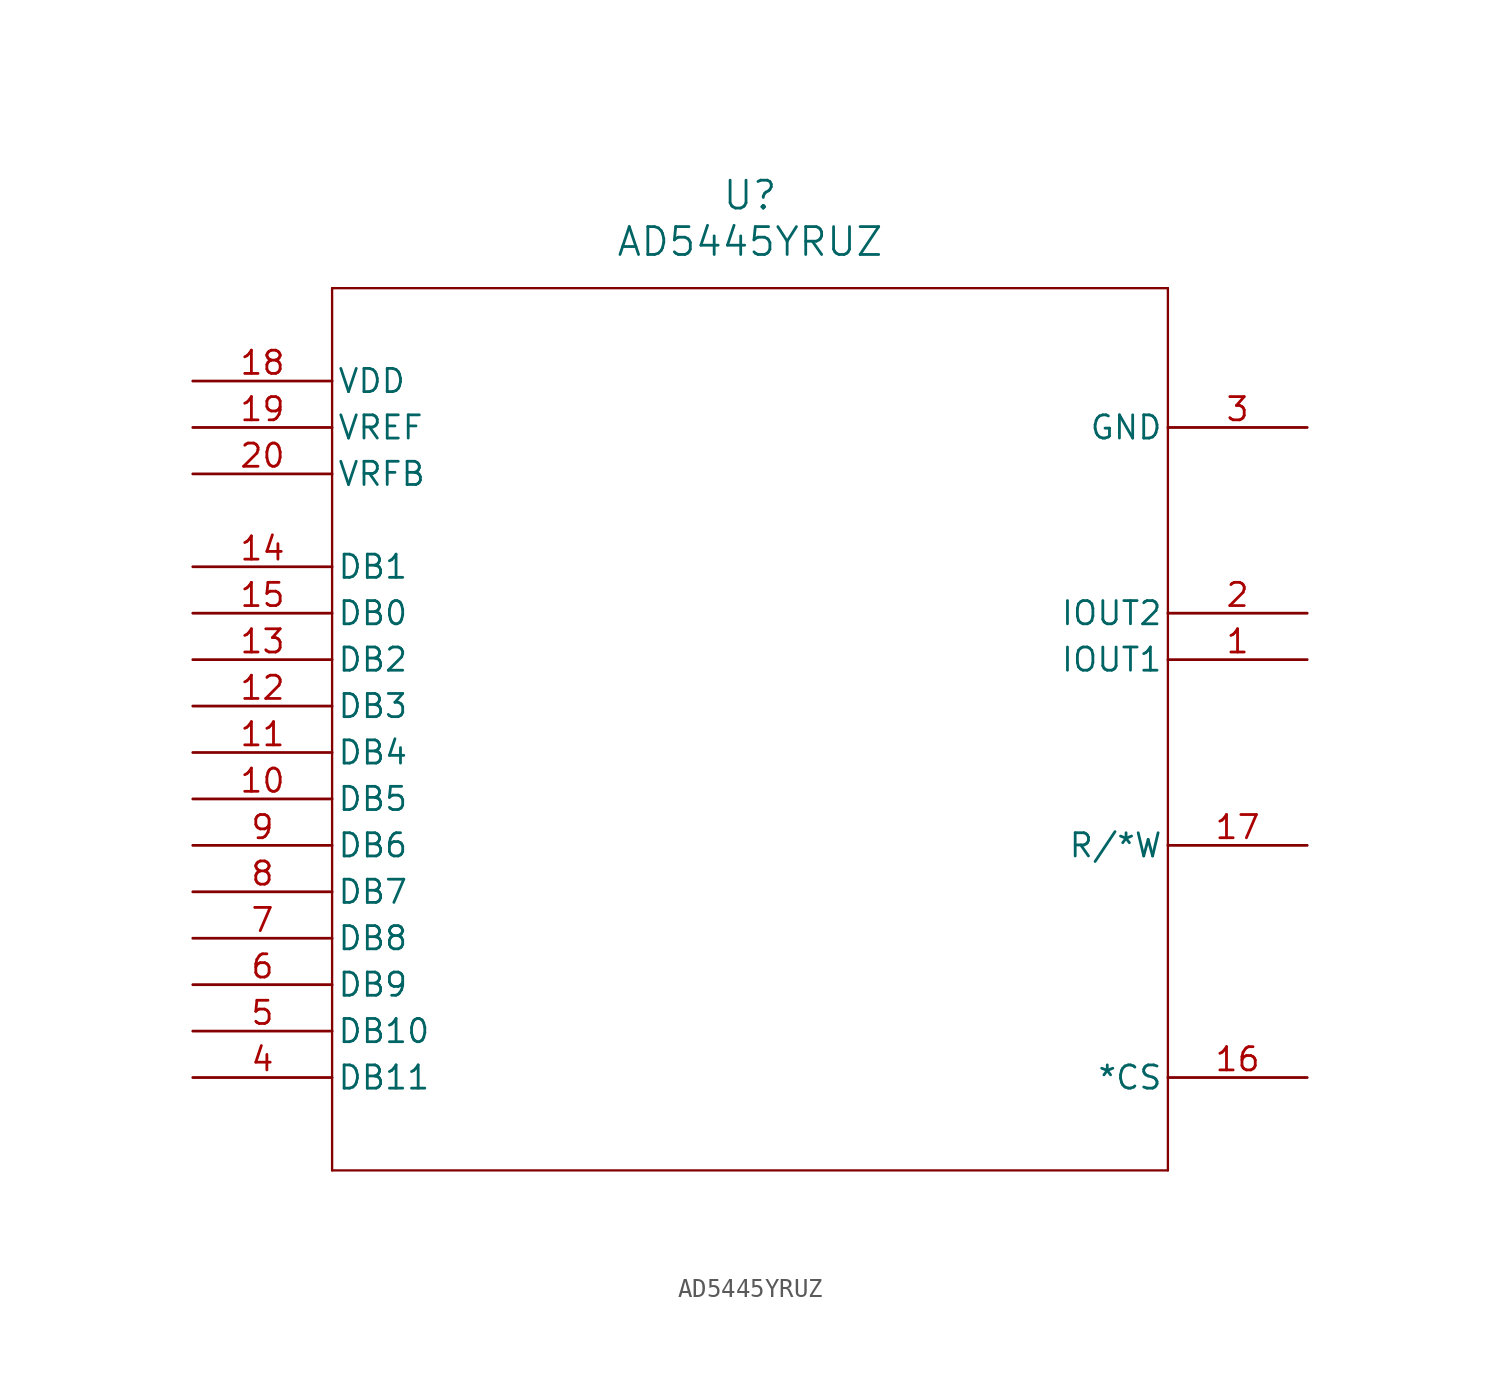
<source format=kicad_sym>
(kicad_symbol_lib
  (version 20211014)
  (generator kicad_symbol_editor)
  (symbol "AD5445YRUZ"
    (pin_names
      (offset 0.254))
    (property "Reference" "U"
      (at 30.48 10.16 0)
      (effects (font (size 1.524 1.524))))
    (property "Value" "AD5445YRUZ"
      (at 30.48 7.62 0)
      (effects (font (size 1.524 1.524))))
    (symbol "AD5445YRUZ_0_1"
      (polyline (pts (xy 7.62 5.08) (xy 7.62 -43.18)) (stroke (width 0.127) (type default) (color 0 0 0 0)) (fill (type none)))
      (polyline (pts (xy 7.62 -43.18) (xy 53.34 -43.18)) (stroke (width 0.127) (type default) (color 0 0 0 0)) (fill (type none)))
      (polyline (pts (xy 53.34 -43.18) (xy 53.34 5.08)) (stroke (width 0.127) (type default) (color 0 0 0 0)) (fill (type none)))
      (polyline (pts (xy 53.34 5.08) (xy 7.62 5.08)) (stroke (width 0.127) (type default) (color 0 0 0 0)) (fill (type none)))
      (pin unspecified line (at 60.96 -38.1 180) (length 7.62) (name "*CS" (effects (font (size 1.27 1.27)))) (number "16" (effects (font (size 1.27 1.27)))))
      (pin unspecified line (at 0 -12.7 0) (length 7.62) (name "DB0" (effects (font (size 1.27 1.27)))) (number "15" (effects (font (size 1.27 1.27)))))
      (pin unspecified line (at 0 -10.16 0) (length 7.62) (name "DB1" (effects (font (size 1.27 1.27)))) (number "14" (effects (font (size 1.27 1.27)))))
      (pin unspecified line (at 0 -35.56 0) (length 7.62) (name "DB10" (effects (font (size 1.27 1.27)))) (number "5" (effects (font (size 1.27 1.27)))))
      (pin unspecified line (at 0 -38.1 0) (length 7.62) (name "DB11" (effects (font (size 1.27 1.27)))) (number "4" (effects (font (size 1.27 1.27)))))
      (pin unspecified line (at 0 -15.24 0) (length 7.62) (name "DB2" (effects (font (size 1.27 1.27)))) (number "13" (effects (font (size 1.27 1.27)))))
      (pin unspecified line (at 0 -17.78 0) (length 7.62) (name "DB3" (effects (font (size 1.27 1.27)))) (number "12" (effects (font (size 1.27 1.27)))))
      (pin unspecified line (at 0 -20.32 0) (length 7.62) (name "DB4" (effects (font (size 1.27 1.27)))) (number "11" (effects (font (size 1.27 1.27)))))
      (pin unspecified line (at 0 -22.86 0) (length 7.62) (name "DB5" (effects (font (size 1.27 1.27)))) (number "10" (effects (font (size 1.27 1.27)))))
      (pin unspecified line (at 0 -25.4 0) (length 7.62) (name "DB6" (effects (font (size 1.27 1.27)))) (number "9" (effects (font (size 1.27 1.27)))))
      (pin unspecified line (at 0 -27.94 0) (length 7.62) (name "DB7" (effects (font (size 1.27 1.27)))) (number "8" (effects (font (size 1.27 1.27)))))
      (pin unspecified line (at 0 -30.48 0) (length 7.62) (name "DB8" (effects (font (size 1.27 1.27)))) (number "7" (effects (font (size 1.27 1.27)))))
      (pin unspecified line (at 0 -33.02 0) (length 7.62) (name "DB9" (effects (font (size 1.27 1.27)))) (number "6" (effects (font (size 1.27 1.27)))))
      (pin unspecified line (at 60.96 -2.54 180) (length 7.62) (name "GND" (effects (font (size 1.27 1.27)))) (number "3" (effects (font (size 1.27 1.27)))))
      (pin unspecified line (at 60.96 -15.24 180) (length 7.62) (name "IOUT1" (effects (font (size 1.27 1.27)))) (number "1" (effects (font (size 1.27 1.27)))))
      (pin unspecified line (at 60.96 -12.7 180) (length 7.62) (name "IOUT2" (effects (font (size 1.27 1.27)))) (number "2" (effects (font (size 1.27 1.27)))))
      (pin unspecified line (at 60.96 -25.4 180) (length 7.62) (name "R/*W" (effects (font (size 1.27 1.27)))) (number "17" (effects (font (size 1.27 1.27)))))
      (pin unspecified line (at 0 0 0) (length 7.62) (name "VDD" (effects (font (size 1.27 1.27)))) (number "18" (effects (font (size 1.27 1.27)))))
      (pin unspecified line (at 0 -2.54 0) (length 7.62) (name "VREF" (effects (font (size 1.27 1.27)))) (number "19" (effects (font (size 1.27 1.27)))))
      (pin unspecified line (at 0 -5.08 0) (length 7.62) (name "VRFB" (effects (font (size 1.27 1.27)))) (number "20" (effects (font (size 1.27 1.27))))))))
</source>
